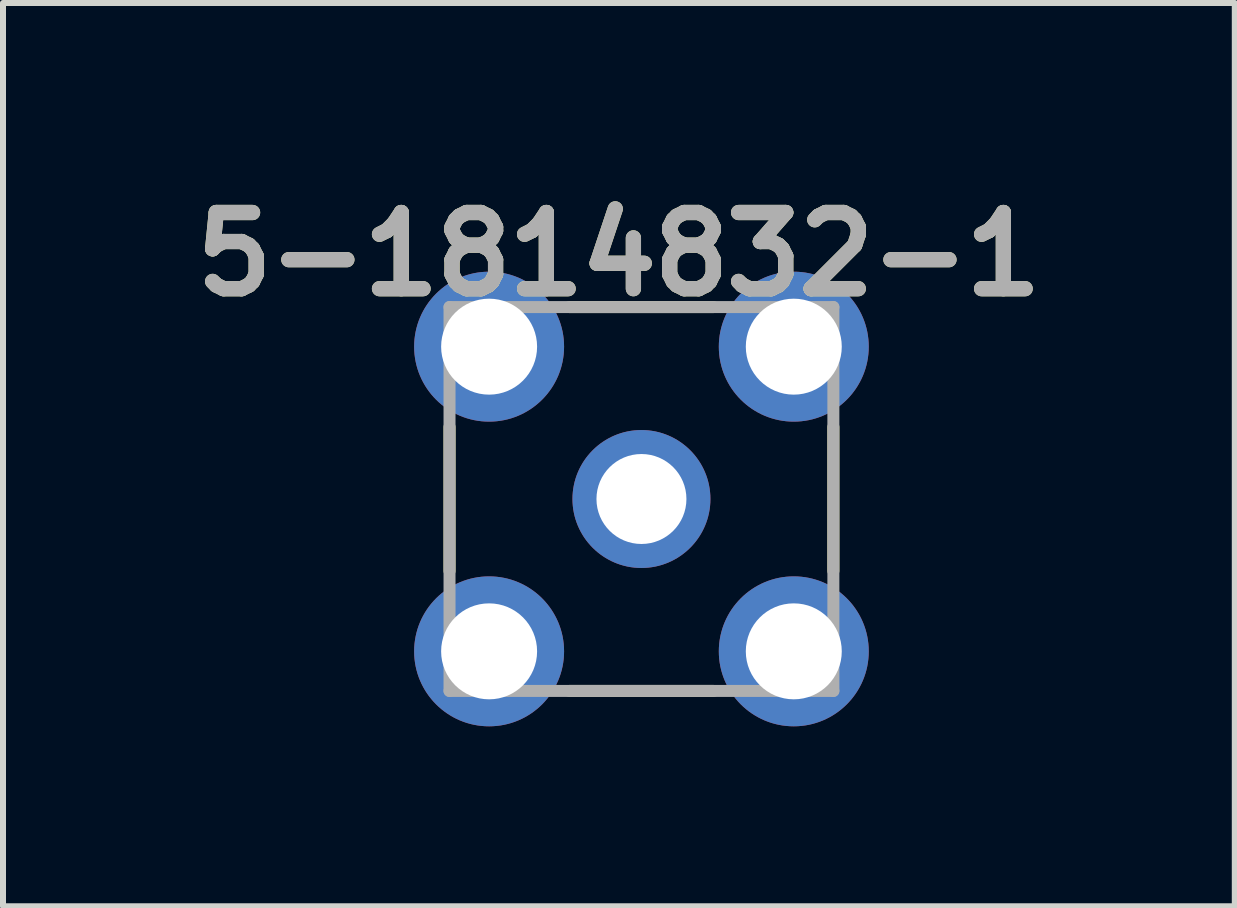
<source format=kicad_pcb>
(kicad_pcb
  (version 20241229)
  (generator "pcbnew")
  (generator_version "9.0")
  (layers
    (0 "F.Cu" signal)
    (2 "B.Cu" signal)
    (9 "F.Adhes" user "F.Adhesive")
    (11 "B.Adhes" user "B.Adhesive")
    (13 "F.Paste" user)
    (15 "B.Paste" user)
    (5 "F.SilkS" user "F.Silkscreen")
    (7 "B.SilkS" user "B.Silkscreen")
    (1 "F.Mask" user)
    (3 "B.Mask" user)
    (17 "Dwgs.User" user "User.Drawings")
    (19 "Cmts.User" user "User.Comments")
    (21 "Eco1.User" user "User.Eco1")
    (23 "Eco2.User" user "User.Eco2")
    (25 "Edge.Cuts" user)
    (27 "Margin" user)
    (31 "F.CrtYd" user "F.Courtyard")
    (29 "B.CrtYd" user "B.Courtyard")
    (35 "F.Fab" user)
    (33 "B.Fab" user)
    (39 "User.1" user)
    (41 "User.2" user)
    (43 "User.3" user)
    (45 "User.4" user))
  (footprint "5-1814832-1"
    (layer "F.Cu")
    (at 7.645 5.27)
    (property "Reference" "5-1814832-1" (at -0.376 -4.081 0) (layer "F.SilkS") (effects (font (size 1.27 1.27) (thickness 0.254))))
    (attr through_hole)
    (fp_line (start -3.2 -1.2) (end -3.2 1.2) (stroke (width 0.2) (type solid)) (layer "F.SilkS"))
    (fp_line (start -1.2 -3.2) (end 1.2 -3.2) (stroke (width 0.2) (type solid)) (layer "F.SilkS"))
    (fp_line (start -1.2 3.2) (end 1.2 3.2) (stroke (width 0.2) (type solid)) (layer "F.SilkS"))
    (fp_line (start 3.2 -1.2) (end 3.2 1.2) (stroke (width 0.2) (type solid)) (layer "F.SilkS"))
    (fp_line (start -3.2 -3.2) (end 3.2 -3.2) (stroke (width 0.2) (type solid)) (layer "F.Fab"))
    (fp_line (start -3.2 3.2) (end -3.2 -3.2) (stroke (width 0.2) (type solid)) (layer "F.Fab"))
    (fp_line (start 3.2 -3.2) (end 3.2 3.2) (stroke (width 0.2) (type solid)) (layer "F.Fab"))
    (fp_line (start 3.2 3.2) (end -3.2 3.2) (stroke (width 0.2) (type solid)) (layer "F.Fab"))
    (fp_text user "${REFERENCE}" (at -0.376 -4.081 0) (layer "F.Fab") (effects (font (size 1.27 1.27) (thickness 0.254))))
    (pad "1" thru_hole circle (at 0 0) (size 2.3 2.3) (drill 1.5) (layers "*.Cu" "*.Mask"))
    (pad "2" thru_hole circle (at -2.54 2.54) (size 2.5 2.5) (drill 1.6) (layers "*.Cu" "*.Mask"))
    (pad "3" thru_hole circle (at 2.54 2.54) (size 2.5 2.5) (drill 1.6) (layers "*.Cu" "*.Mask"))
    (pad "4" thru_hole circle (at 2.54 -2.54) (size 2.5 2.5) (drill 1.6) (layers "*.Cu" "*.Mask"))
    (pad "5" thru_hole circle (at -2.54 -2.54) (size 2.5 2.5) (drill 1.6) (layers "*.Cu" "*.Mask")))
  (gr_rect
    (start -3 -3)
    (end 17.538 12.06)
    (stroke (width 0.1) (type default))
    (fill no)
    (layer "Edge.Cuts")))
</source>
